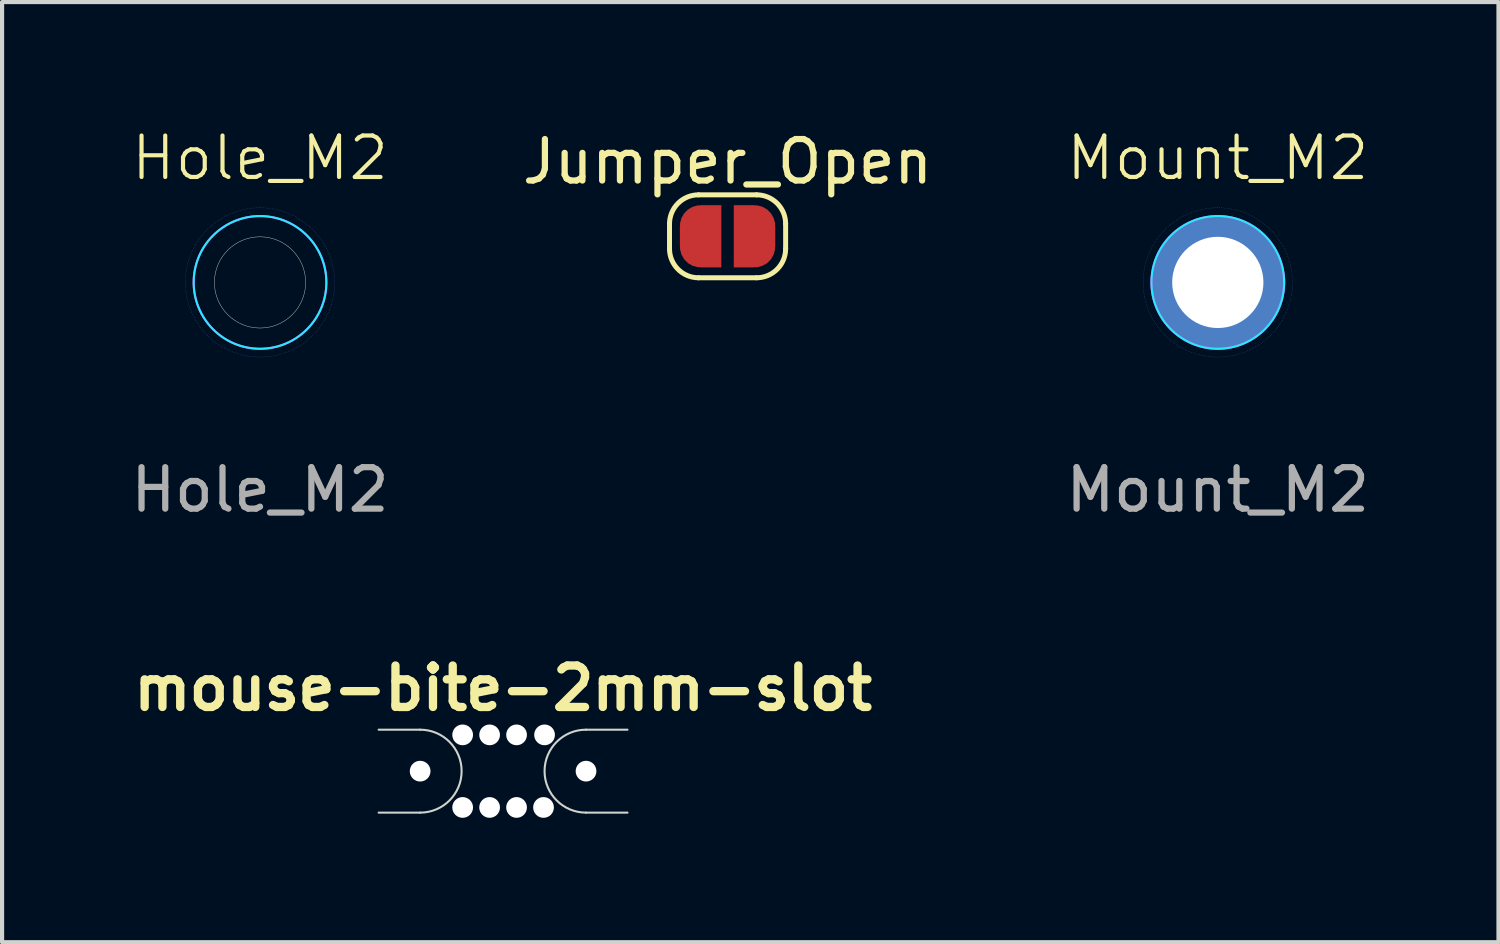
<source format=kicad_pcb>
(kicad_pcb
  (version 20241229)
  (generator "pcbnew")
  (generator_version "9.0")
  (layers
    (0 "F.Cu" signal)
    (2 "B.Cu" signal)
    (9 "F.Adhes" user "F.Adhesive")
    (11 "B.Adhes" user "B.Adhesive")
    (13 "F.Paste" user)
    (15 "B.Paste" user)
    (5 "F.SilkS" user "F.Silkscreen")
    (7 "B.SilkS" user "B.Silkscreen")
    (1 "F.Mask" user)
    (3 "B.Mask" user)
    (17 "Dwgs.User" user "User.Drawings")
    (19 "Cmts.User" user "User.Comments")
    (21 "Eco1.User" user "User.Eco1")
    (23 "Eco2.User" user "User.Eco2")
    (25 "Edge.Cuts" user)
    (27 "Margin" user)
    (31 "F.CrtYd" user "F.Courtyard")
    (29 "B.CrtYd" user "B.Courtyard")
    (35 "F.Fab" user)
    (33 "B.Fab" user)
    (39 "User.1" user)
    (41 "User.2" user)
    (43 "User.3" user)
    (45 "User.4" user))
  (footprint "Jumper_Open"
    (layer "F.Cu")
    (at 14.494 2.648)
    (property "Reference" "Jumper_Open" (at 0 -1.8 0) (layer "F.SilkS") (effects (font (size 1 1) (thickness 0.15))))
    (attr exclude_from_pos_files exclude_from_bom allow_soldermask_bridges)
    (fp_line (start -1.4 0.3) (end -1.4 -0.3) (stroke (width 0.12) (type solid)) (layer "F.SilkS"))
    (fp_line (start -0.7 -1) (end 0.7 -1) (stroke (width 0.12) (type solid)) (layer "F.SilkS"))
    (fp_line (start 0.7 1) (end -0.7 1) (stroke (width 0.12) (type solid)) (layer "F.SilkS"))
    (fp_line (start 1.4 -0.3) (end 1.4 0.3) (stroke (width 0.12) (type solid)) (layer "F.SilkS"))
    (fp_arc (start -1.4 -0.3) (mid -1.194975 -0.794975) (end -0.7 -1) (stroke (width 0.12) (type solid)) (layer "F.SilkS"))
    (fp_arc (start -0.7 1) (mid -1.194975 0.794975) (end -1.4 0.3) (stroke (width 0.12) (type solid)) (layer "F.SilkS"))
    (fp_arc (start 0.7 -1) (mid 1.194975 -0.794975) (end 1.4 -0.3) (stroke (width 0.12) (type solid)) (layer "F.SilkS"))
    (fp_arc (start 1.4 0.3) (mid 1.194975 0.794975) (end 0.7 1) (stroke (width 0.12) (type solid)) (layer "F.SilkS"))
    (fp_line (start -0.7 -0.9) (end -0.7 -0.8) (stroke (width 0.025) (type solid)) (layer "Margin"))
    (fp_line (start -0.7 -0.9) (end 0.7 -0.9) (stroke (width 0.025) (type solid)) (layer "Margin"))
    (fp_line (start -0.7 -0.8) (end -0.1 -0.8) (stroke (width 0.025) (type solid)) (layer "Margin"))
    (fp_line (start -0.7 0.8) (end -0.7 0.9) (stroke (width 0.025) (type solid)) (layer "Margin"))
    (fp_line (start -0.1 -0.8) (end -0.1 0.8) (stroke (width 0.025) (type solid)) (layer "Margin"))
    (fp_line (start -0.1 0.8) (end -0.7 0.8) (stroke (width 0.025) (type solid)) (layer "Margin"))
    (fp_line (start 0.1 -0.8) (end 0.7 -0.8) (stroke (width 0.025) (type solid)) (layer "Margin"))
    (fp_line (start 0.1 0.8) (end 0.1 -0.8) (stroke (width 0.025) (type solid)) (layer "Margin"))
    (fp_line (start 0.7 -0.8) (end 0.7 -0.9) (stroke (width 0.025) (type solid)) (layer "Margin"))
    (fp_line (start 0.7 0.8) (end 0.1 0.8) (stroke (width 0.025) (type solid)) (layer "Margin"))
    (fp_line (start 0.7 0.9) (end -0.7 0.9) (stroke (width 0.025) (type solid)) (layer "Margin"))
    (fp_line (start 0.7 0.9) (end 0.7 0.8) (stroke (width 0.025) (type solid)) (layer "Margin"))
    (pad "1" smd custom (at -0.65 0) (size 1 0.5) (layers "F.Cu" "F.Mask") (options (anchor rect)) (primitives (gr_circle (center 0 0.25) (end 0.5 0.25) (width 0) (fill yes)) (gr_circle (center 0 -0.25) (end 0.5 -0.25) (width 0) (fill yes)) (gr_poly (pts (xy 0.5 0.75) (xy 0 0.75) (xy 0 -0.75) (xy 0.5 -0.75)) (width 0) (fill yes))))
    (pad "2" smd custom (at 0.65 0) (size 1 0.5) (layers "F.Cu" "F.Mask") (options (anchor rect)) (primitives (gr_circle (center 0 0.25) (end 0.5 0.25) (width 0) (fill yes)) (gr_circle (center 0 -0.25) (end 0.5 -0.25) (width 0) (fill yes)) (gr_poly (pts (xy 0 0.75) (xy -0.5 0.75) (xy -0.5 -0.75) (xy 0 -0.75)) (width 0) (fill yes)))))
  (footprint "Hole_M2"
    (layer "F.Cu")
    (at 3.22 3.76)
    (property "Reference" "Hole_M2" (at 0 -3 0) (unlocked yes) (layer "F.SilkS") (effects (font (size 1 1) (thickness 0.1))))
    (attr through_hole)
    (fp_circle (center 0 0) (end 0 -1.8) (stroke (width 0.01) (type dot)) (fill no) (layer "Cmts.User"))
    (fp_circle (center 0 0) (end 1.1 0) (stroke (width 0.01) (type solid)) (fill no) (layer "Edge.Cuts"))
    (fp_circle (center 0 0) (end 1.6 0) (stroke (width 0.05) (type default)) (fill no) (layer "B.CrtYd"))
    (fp_circle (center 0 0) (end 1.6 0) (stroke (width 0.05) (type solid)) (fill no) (layer "F.CrtYd"))
    (fp_text user "${REFERENCE}" (at 0 5 0) (unlocked yes) (layer "F.Fab") (effects (font (size 1 1) (thickness 0.15))))
    (zone (net_name "") (layers "F.Cu" "B.Cu" "Cmts.User") (name "KO") (hatch edge 0.25) (connect_pads) (min_thickness 0.25) (filled_areas_thickness no) (keepout (tracks not_allowed) (vias not_allowed) (pads not_allowed) (copperpour not_allowed) (footprints not_allowed)) (placement (enabled no)) (fill) (polygon (pts (xy 4.32 2.26) (xy 4.72 2.66) (xy 5.02 3.361) (xy 5.02 4.261) (xy 4.72 4.861) (xy 4.32 5.261) (xy 3.62 5.561) (xy 2.82 5.561) (xy 2.12 5.261) (xy 1.72 4.861) (xy 1.42 4.16) (xy 1.42 3.361) (xy 1.72 2.66) (xy 2.12 2.26) (xy 2.82 1.96) (xy 3.62 1.96)))))
  (footprint "mouse-bite-2mm-slot"
    (layer "F.Cu")
    (at 9.081 15.545)
    (property "Reference" "mouse-bite-2mm-slot" (at 0 -2 0) (layer "F.SilkS") (effects (font (size 1 1) (thickness 0.2))))
    (attr through_hole)
    (fp_line (start -2 -1) (end -3 -1) (stroke (width 0.05) (type solid)) (layer "Edge.Cuts"))
    (fp_line (start -2 1) (end -3 1) (stroke (width 0.05) (type solid)) (layer "Edge.Cuts"))
    (fp_line (start 3 -1) (end 2 -1) (stroke (width 0.05) (type solid)) (layer "Edge.Cuts"))
    (fp_line (start 3 1) (end 2 1) (stroke (width 0.05) (type solid)) (layer "Edge.Cuts"))
    (fp_arc (start -2 -1) (mid -1 0) (end -2 1) (stroke (width 0.05) (type solid)) (layer "Edge.Cuts"))
    (fp_arc (start 2 1) (mid 1 0) (end 2 -1) (stroke (width 0.05) (type solid)) (layer "Edge.Cuts"))
    (pad "" np_thru_hole circle (at -2 0) (size 0.5 0.5) (drill 2) (layers "*.Cu" "*.Mask"))
    (pad "" np_thru_hole circle (at -0.975 -0.875) (size 0.5 0.5) (drill 0.5) (layers "*.Cu" "*.Mask"))
    (pad "" np_thru_hole circle (at -0.975 0.875) (size 0.5 0.5) (drill 0.5) (layers "*.Cu" "*.Mask"))
    (pad "" np_thru_hole circle (at -0.325 -0.875) (size 0.5 0.5) (drill 0.5) (layers "*.Cu" "*.Mask"))
    (pad "" np_thru_hole circle (at -0.325 0.875) (size 0.5 0.5) (drill 0.5) (layers "*.Cu" "*.Mask"))
    (pad "" np_thru_hole circle (at 0.325 -0.875) (size 0.5 0.5) (drill 0.5) (layers "*.Cu" "*.Mask"))
    (pad "" np_thru_hole circle (at 0.325 0.875) (size 0.5 0.5) (drill 0.5) (layers "*.Cu" "*.Mask"))
    (pad "" np_thru_hole circle (at 0.975 0.875) (size 0.5 0.5) (drill 0.5) (layers "*.Cu" "*.Mask"))
    (pad "" np_thru_hole circle (at 1 -0.875) (size 0.5 0.5) (drill 0.5) (layers "*.Cu" "*.Mask"))
    (pad "" np_thru_hole circle (at 2 0) (size 0.5 0.5) (drill 2) (layers "*.Cu" "*.Mask")))
  (footprint "Mount_M2"
    (layer "F.Cu")
    (at 26.315 3.76)
    (property "Reference" "Mount_M2" (at 0 -3 0) (unlocked yes) (layer "F.SilkS") (effects (font (size 1 1) (thickness 0.1))))
    (attr through_hole)
    (fp_circle (center 0 0) (end 0 -1.8) (stroke (width 0.01) (type dot)) (fill no) (layer "Cmts.User"))
    (fp_circle (center 0 0) (end 1.6 0) (stroke (width 0.05) (type default)) (fill no) (layer "B.CrtYd"))
    (fp_circle (center 0 0) (end 1.6 0) (stroke (width 0.05) (type solid)) (fill no) (layer "F.CrtYd"))
    (fp_text user "${REFERENCE}" (at 0 5 0) (unlocked yes) (layer "F.Fab") (effects (font (size 1 1) (thickness 0.15))))
    (pad "MP" thru_hole circle (at 0 0) (size 3.2 3.2) (drill 2.2) (layers "*.Cu" "*.Mask") (remove_unused_layers yes) (keep_end_layers yes) (zone_layer_connections))
    (zone (net_name "") (layers "F.Cu" "B.Cu" "Cmts.User") (name "KO") (hatch edge 0.25) (connect_pads) (min_thickness 0.25) (filled_areas_thickness no) (keepout (tracks not_allowed) (vias not_allowed) (pads not_allowed) (copperpour not_allowed) (footprints not_allowed)) (placement (enabled no)) (fill) (polygon (pts (xy 27.415 2.26) (xy 27.815 2.66) (xy 28.115 3.361) (xy 28.115 4.261) (xy 27.815 4.861) (xy 27.415 5.261) (xy 26.715 5.561) (xy 25.915 5.561) (xy 25.215 5.261) (xy 24.815 4.861) (xy 24.515 4.16) (xy 24.515 3.361) (xy 24.815 2.66) (xy 25.215 2.26) (xy 25.915 1.96) (xy 26.715 1.96)))))
  (gr_rect
    (start -3 -3)
    (end 33.083 19.67)
    (stroke (width 0.1) (type default))
    (fill no)
    (layer "Edge.Cuts")))
</source>
